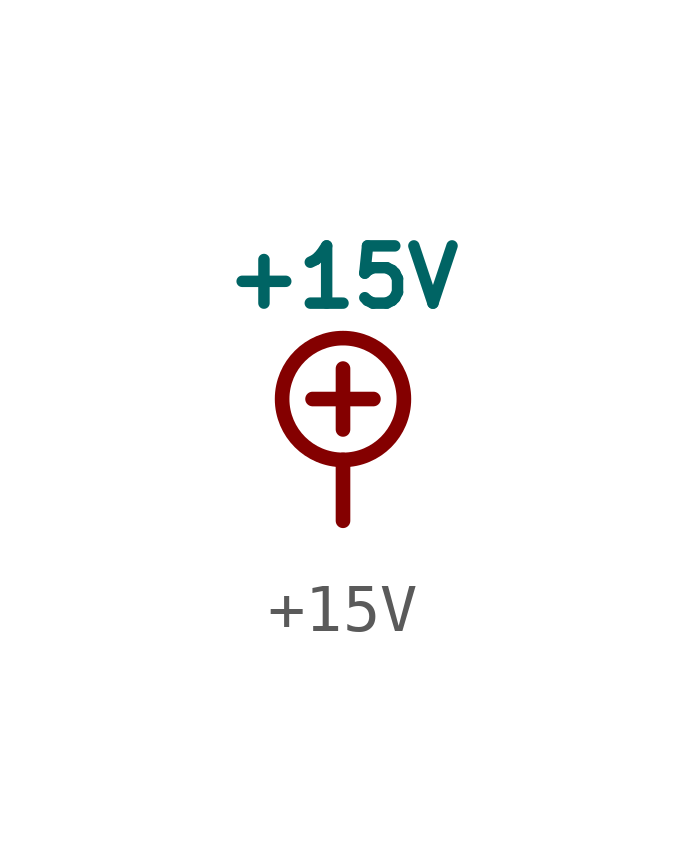
<source format=kicad_sym>
(kicad_symbol_lib
  (version 20220914)
  (generator kicad_symbol_editor)
  (symbol "+15V"
    (power)
    (pin_names
      (offset 0))
    (property "Reference" "#PWR"
      (at 0 6.985 0)
      (effects (font (size 1.524 1.524)) hide))
    (property "Value" "+15V"
      (at 0 5.08 0)
      (effects (font (size 1.194 1.194) bold)))
    (property "Footprint" ""
      (at 0 0 0)
      (effects (font (size 1.524 1.524))))
    (property "Datasheet" ""
      (at 0 0 0)
      (effects (font (size 1.524 1.524))))
    (symbol "+15V_1_0"
      (polyline (pts (xy -0.635 2.54) (xy 0.635 2.54)) (stroke (width 0.305) (type default)) (fill (type none)))
      (polyline (pts (xy 0 1.27) (xy 0 0)) (stroke (width 0.305) (type default)) (fill (type none)))
      (polyline (pts (xy 0 3.175) (xy 0 1.905)) (stroke (width 0.305) (type default)) (fill (type none)))
      (circle (center 0 2.54) (radius 1.27) (stroke (width 0.305) (type default)) (fill (type none)))
      (pin power_in line (at 0 0 90) (length 0) hide (name "+15V" (effects (font (size 1.27 1.27)))) (number "1" (effects (font (size 1.27 1.27))))))))
</source>
